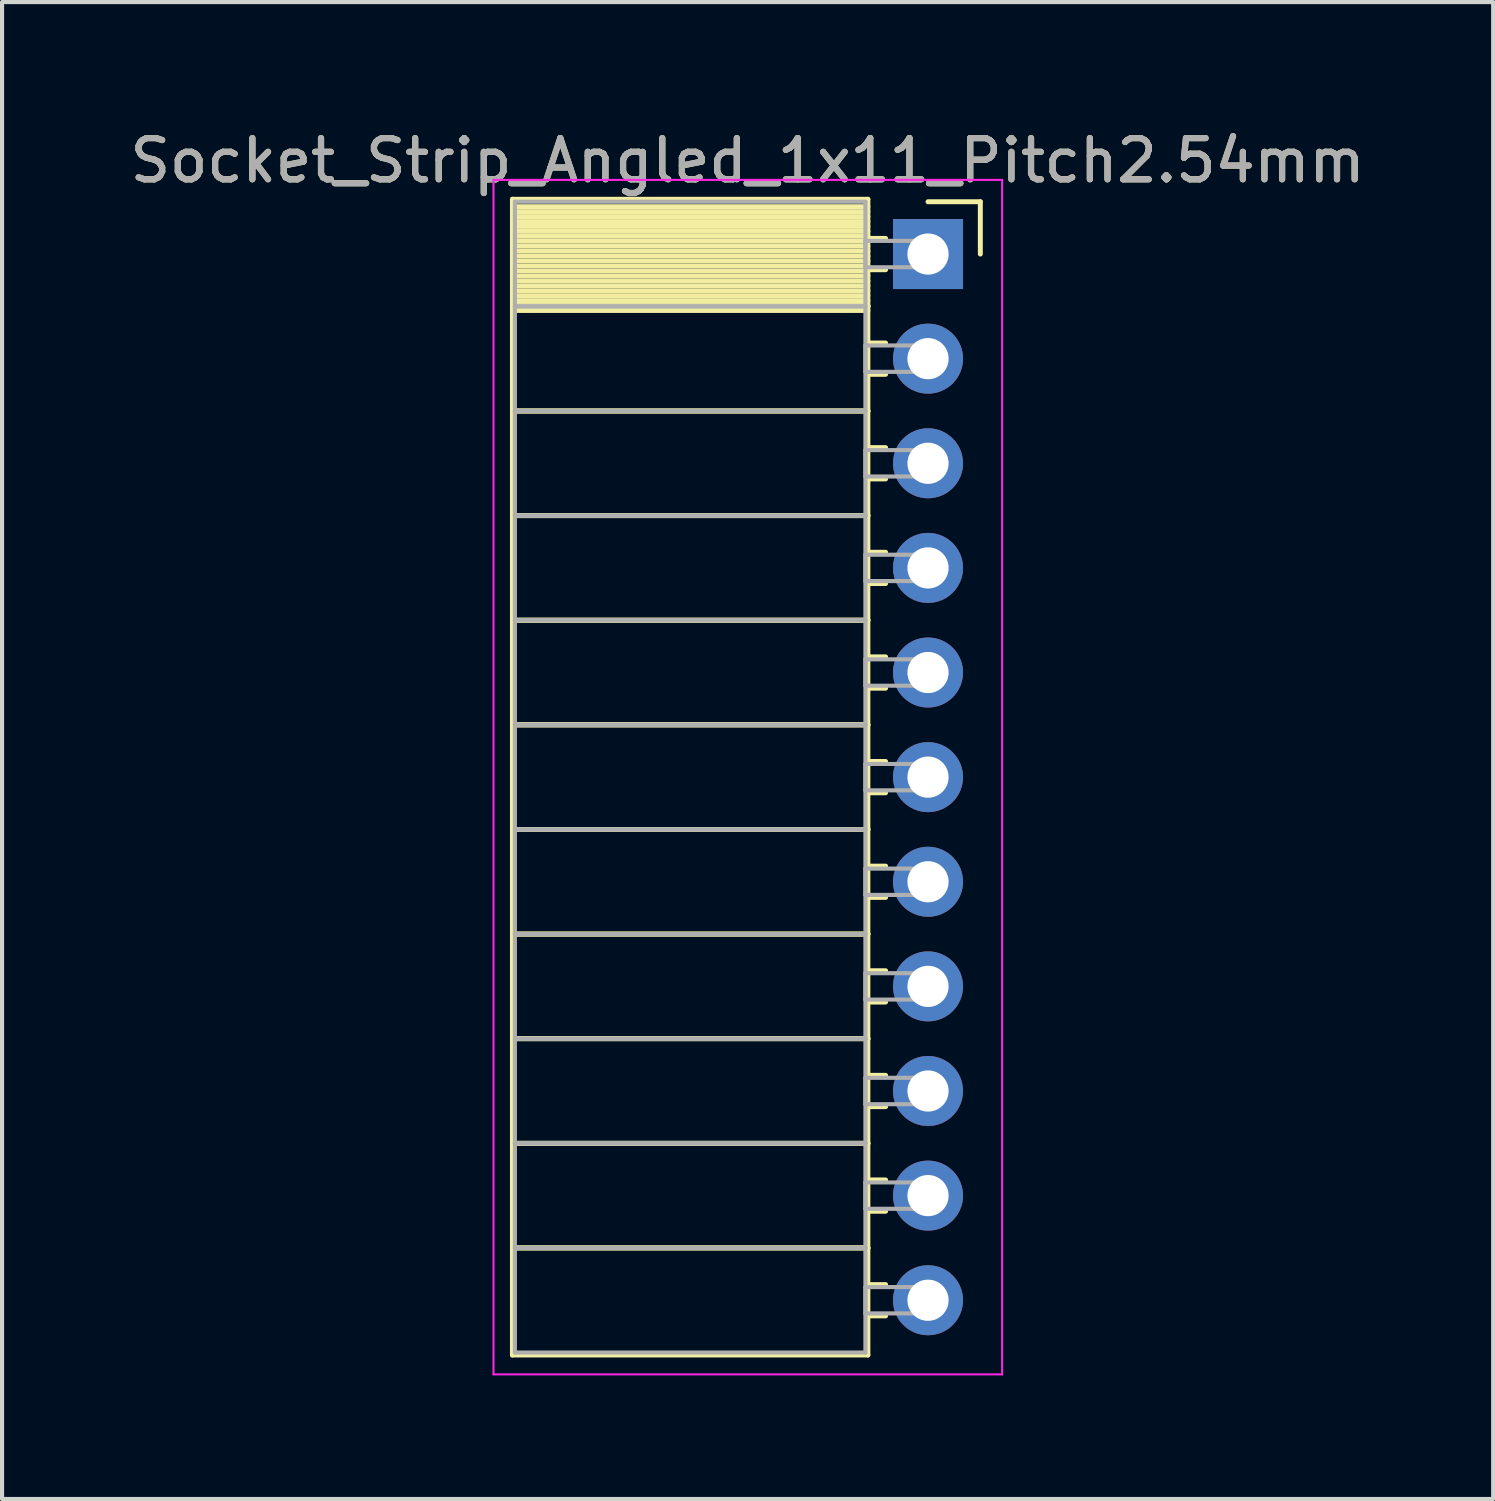
<source format=kicad_pcb>
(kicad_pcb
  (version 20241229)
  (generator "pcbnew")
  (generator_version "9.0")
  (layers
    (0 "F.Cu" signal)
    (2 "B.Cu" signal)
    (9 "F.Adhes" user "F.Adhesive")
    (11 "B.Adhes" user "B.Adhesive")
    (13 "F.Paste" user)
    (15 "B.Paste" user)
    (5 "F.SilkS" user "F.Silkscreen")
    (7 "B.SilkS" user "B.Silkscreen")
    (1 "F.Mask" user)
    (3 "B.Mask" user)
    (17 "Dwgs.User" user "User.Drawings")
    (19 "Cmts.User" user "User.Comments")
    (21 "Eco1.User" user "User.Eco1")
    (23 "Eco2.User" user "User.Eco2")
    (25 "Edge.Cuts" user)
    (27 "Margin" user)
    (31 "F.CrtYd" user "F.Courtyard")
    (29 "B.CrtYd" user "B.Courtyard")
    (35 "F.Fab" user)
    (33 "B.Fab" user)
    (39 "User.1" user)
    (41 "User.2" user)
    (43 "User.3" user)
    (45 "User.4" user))
  (footprint "Socket_Strip_Angled_1x11_Pitch2.54mm"
    (layer "F.Cu")
    (at 19.481 3.118)
    (property "Reference" "Socket_Strip_Angled_1x11_Pitch2.54mm" (at -4.38 -2.27 0) (layer "F.SilkS") (effects (font (size 1 1) (thickness 0.15))))
    (attr through_hole)
    (fp_line (start -10.09 -1.33) (end -1.46 -1.33) (stroke (width 0.12) (type solid)) (layer "F.SilkS"))
    (fp_line (start -10.09 1.27) (end -10.09 -1.33) (stroke (width 0.12) (type solid)) (layer "F.SilkS"))
    (fp_line (start -10.09 1.27) (end -1.46 1.27) (stroke (width 0.12) (type solid)) (layer "F.SilkS"))
    (fp_line (start -10.09 3.81) (end -10.09 1.27) (stroke (width 0.12) (type solid)) (layer "F.SilkS"))
    (fp_line (start -10.09 3.81) (end -1.46 3.81) (stroke (width 0.12) (type solid)) (layer "F.SilkS"))
    (fp_line (start -10.09 6.35) (end -10.09 3.81) (stroke (width 0.12) (type solid)) (layer "F.SilkS"))
    (fp_line (start -10.09 6.35) (end -1.46 6.35) (stroke (width 0.12) (type solid)) (layer "F.SilkS"))
    (fp_line (start -10.09 8.89) (end -10.09 6.35) (stroke (width 0.12) (type solid)) (layer "F.SilkS"))
    (fp_line (start -10.09 8.89) (end -1.46 8.89) (stroke (width 0.12) (type solid)) (layer "F.SilkS"))
    (fp_line (start -10.09 11.43) (end -10.09 8.89) (stroke (width 0.12) (type solid)) (layer "F.SilkS"))
    (fp_line (start -10.09 11.43) (end -1.46 11.43) (stroke (width 0.12) (type solid)) (layer "F.SilkS"))
    (fp_line (start -10.09 13.97) (end -10.09 11.43) (stroke (width 0.12) (type solid)) (layer "F.SilkS"))
    (fp_line (start -10.09 13.97) (end -1.46 13.97) (stroke (width 0.12) (type solid)) (layer "F.SilkS"))
    (fp_line (start -10.09 16.51) (end -10.09 13.97) (stroke (width 0.12) (type solid)) (layer "F.SilkS"))
    (fp_line (start -10.09 16.51) (end -1.46 16.51) (stroke (width 0.12) (type solid)) (layer "F.SilkS"))
    (fp_line (start -10.09 19.05) (end -10.09 16.51) (stroke (width 0.12) (type solid)) (layer "F.SilkS"))
    (fp_line (start -10.09 19.05) (end -1.46 19.05) (stroke (width 0.12) (type solid)) (layer "F.SilkS"))
    (fp_line (start -10.09 21.59) (end -10.09 19.05) (stroke (width 0.12) (type solid)) (layer "F.SilkS"))
    (fp_line (start -10.09 21.59) (end -1.46 21.59) (stroke (width 0.12) (type solid)) (layer "F.SilkS"))
    (fp_line (start -10.09 24.13) (end -10.09 21.59) (stroke (width 0.12) (type solid)) (layer "F.SilkS"))
    (fp_line (start -10.09 24.13) (end -1.46 24.13) (stroke (width 0.12) (type solid)) (layer "F.SilkS"))
    (fp_line (start -10.09 26.73) (end -10.09 24.13) (stroke (width 0.12) (type solid)) (layer "F.SilkS"))
    (fp_line (start -1.46 -1.33) (end -1.46 1.27) (stroke (width 0.12) (type solid)) (layer "F.SilkS"))
    (fp_line (start -1.46 -1.15) (end -10.09 -1.15) (stroke (width 0.12) (type solid)) (layer "F.SilkS"))
    (fp_line (start -1.46 -1.03) (end -10.09 -1.03) (stroke (width 0.12) (type solid)) (layer "F.SilkS"))
    (fp_line (start -1.46 -0.91) (end -10.09 -0.91) (stroke (width 0.12) (type solid)) (layer "F.SilkS"))
    (fp_line (start -1.46 -0.79) (end -10.09 -0.79) (stroke (width 0.12) (type solid)) (layer "F.SilkS"))
    (fp_line (start -1.46 -0.67) (end -10.09 -0.67) (stroke (width 0.12) (type solid)) (layer "F.SilkS"))
    (fp_line (start -1.46 -0.55) (end -10.09 -0.55) (stroke (width 0.12) (type solid)) (layer "F.SilkS"))
    (fp_line (start -1.46 -0.43) (end -10.09 -0.43) (stroke (width 0.12) (type solid)) (layer "F.SilkS"))
    (fp_line (start -1.46 -0.31) (end -10.09 -0.31) (stroke (width 0.12) (type solid)) (layer "F.SilkS"))
    (fp_line (start -1.46 -0.19) (end -10.09 -0.19) (stroke (width 0.12) (type solid)) (layer "F.SilkS"))
    (fp_line (start -1.46 -0.07) (end -10.09 -0.07) (stroke (width 0.12) (type solid)) (layer "F.SilkS"))
    (fp_line (start -1.46 0.05) (end -10.09 0.05) (stroke (width 0.12) (type solid)) (layer "F.SilkS"))
    (fp_line (start -1.46 0.17) (end -10.09 0.17) (stroke (width 0.12) (type solid)) (layer "F.SilkS"))
    (fp_line (start -1.46 0.29) (end -10.09 0.29) (stroke (width 0.12) (type solid)) (layer "F.SilkS"))
    (fp_line (start -1.46 0.41) (end -10.09 0.41) (stroke (width 0.12) (type solid)) (layer "F.SilkS"))
    (fp_line (start -1.46 0.53) (end -10.09 0.53) (stroke (width 0.12) (type solid)) (layer "F.SilkS"))
    (fp_line (start -1.46 0.65) (end -10.09 0.65) (stroke (width 0.12) (type solid)) (layer "F.SilkS"))
    (fp_line (start -1.46 0.77) (end -10.09 0.77) (stroke (width 0.12) (type solid)) (layer "F.SilkS"))
    (fp_line (start -1.46 0.89) (end -10.09 0.89) (stroke (width 0.12) (type solid)) (layer "F.SilkS"))
    (fp_line (start -1.46 1.01) (end -10.09 1.01) (stroke (width 0.12) (type solid)) (layer "F.SilkS"))
    (fp_line (start -1.46 1.13) (end -10.09 1.13) (stroke (width 0.12) (type solid)) (layer "F.SilkS"))
    (fp_line (start -1.46 1.25) (end -10.09 1.25) (stroke (width 0.12) (type solid)) (layer "F.SilkS"))
    (fp_line (start -1.46 1.27) (end -10.09 1.27) (stroke (width 0.12) (type solid)) (layer "F.SilkS"))
    (fp_line (start -1.46 1.27) (end -1.46 3.81) (stroke (width 0.12) (type solid)) (layer "F.SilkS"))
    (fp_line (start -1.46 1.37) (end -10.09 1.37) (stroke (width 0.12) (type solid)) (layer "F.SilkS"))
    (fp_line (start -1.46 3.81) (end -10.09 3.81) (stroke (width 0.12) (type solid)) (layer "F.SilkS"))
    (fp_line (start -1.46 3.81) (end -1.46 6.35) (stroke (width 0.12) (type solid)) (layer "F.SilkS"))
    (fp_line (start -1.46 6.35) (end -10.09 6.35) (stroke (width 0.12) (type solid)) (layer "F.SilkS"))
    (fp_line (start -1.46 6.35) (end -1.46 8.89) (stroke (width 0.12) (type solid)) (layer "F.SilkS"))
    (fp_line (start -1.46 8.89) (end -10.09 8.89) (stroke (width 0.12) (type solid)) (layer "F.SilkS"))
    (fp_line (start -1.46 8.89) (end -1.46 11.43) (stroke (width 0.12) (type solid)) (layer "F.SilkS"))
    (fp_line (start -1.46 11.43) (end -10.09 11.43) (stroke (width 0.12) (type solid)) (layer "F.SilkS"))
    (fp_line (start -1.46 11.43) (end -1.46 13.97) (stroke (width 0.12) (type solid)) (layer "F.SilkS"))
    (fp_line (start -1.46 13.97) (end -10.09 13.97) (stroke (width 0.12) (type solid)) (layer "F.SilkS"))
    (fp_line (start -1.46 13.97) (end -1.46 16.51) (stroke (width 0.12) (type solid)) (layer "F.SilkS"))
    (fp_line (start -1.46 16.51) (end -10.09 16.51) (stroke (width 0.12) (type solid)) (layer "F.SilkS"))
    (fp_line (start -1.46 16.51) (end -1.46 19.05) (stroke (width 0.12) (type solid)) (layer "F.SilkS"))
    (fp_line (start -1.46 19.05) (end -10.09 19.05) (stroke (width 0.12) (type solid)) (layer "F.SilkS"))
    (fp_line (start -1.46 19.05) (end -1.46 21.59) (stroke (width 0.12) (type solid)) (layer "F.SilkS"))
    (fp_line (start -1.46 21.59) (end -10.09 21.59) (stroke (width 0.12) (type solid)) (layer "F.SilkS"))
    (fp_line (start -1.46 21.59) (end -1.46 24.13) (stroke (width 0.12) (type solid)) (layer "F.SilkS"))
    (fp_line (start -1.46 24.13) (end -10.09 24.13) (stroke (width 0.12) (type solid)) (layer "F.SilkS"))
    (fp_line (start -1.46 24.13) (end -1.46 26.73) (stroke (width 0.12) (type solid)) (layer "F.SilkS"))
    (fp_line (start -1.46 26.73) (end -10.09 26.73) (stroke (width 0.12) (type solid)) (layer "F.SilkS"))
    (fp_line (start -1.03 -0.38) (end -1.46 -0.38) (stroke (width 0.12) (type solid)) (layer "F.SilkS"))
    (fp_line (start -1.03 0.38) (end -1.46 0.38) (stroke (width 0.12) (type solid)) (layer "F.SilkS"))
    (fp_line (start -1.03 2.16) (end -1.46 2.16) (stroke (width 0.12) (type solid)) (layer "F.SilkS"))
    (fp_line (start -1.03 2.92) (end -1.46 2.92) (stroke (width 0.12) (type solid)) (layer "F.SilkS"))
    (fp_line (start -1.03 4.7) (end -1.46 4.7) (stroke (width 0.12) (type solid)) (layer "F.SilkS"))
    (fp_line (start -1.03 5.46) (end -1.46 5.46) (stroke (width 0.12) (type solid)) (layer "F.SilkS"))
    (fp_line (start -1.03 7.24) (end -1.46 7.24) (stroke (width 0.12) (type solid)) (layer "F.SilkS"))
    (fp_line (start -1.03 8) (end -1.46 8) (stroke (width 0.12) (type solid)) (layer "F.SilkS"))
    (fp_line (start -1.03 9.78) (end -1.46 9.78) (stroke (width 0.12) (type solid)) (layer "F.SilkS"))
    (fp_line (start -1.03 10.54) (end -1.46 10.54) (stroke (width 0.12) (type solid)) (layer "F.SilkS"))
    (fp_line (start -1.03 12.32) (end -1.46 12.32) (stroke (width 0.12) (type solid)) (layer "F.SilkS"))
    (fp_line (start -1.03 13.08) (end -1.46 13.08) (stroke (width 0.12) (type solid)) (layer "F.SilkS"))
    (fp_line (start -1.03 14.86) (end -1.46 14.86) (stroke (width 0.12) (type solid)) (layer "F.SilkS"))
    (fp_line (start -1.03 15.62) (end -1.46 15.62) (stroke (width 0.12) (type solid)) (layer "F.SilkS"))
    (fp_line (start -1.03 17.4) (end -1.46 17.4) (stroke (width 0.12) (type solid)) (layer "F.SilkS"))
    (fp_line (start -1.03 18.16) (end -1.46 18.16) (stroke (width 0.12) (type solid)) (layer "F.SilkS"))
    (fp_line (start -1.03 19.94) (end -1.46 19.94) (stroke (width 0.12) (type solid)) (layer "F.SilkS"))
    (fp_line (start -1.03 20.7) (end -1.46 20.7) (stroke (width 0.12) (type solid)) (layer "F.SilkS"))
    (fp_line (start -1.03 22.48) (end -1.46 22.48) (stroke (width 0.12) (type solid)) (layer "F.SilkS"))
    (fp_line (start -1.03 23.24) (end -1.46 23.24) (stroke (width 0.12) (type solid)) (layer "F.SilkS"))
    (fp_line (start -1.03 25.02) (end -1.46 25.02) (stroke (width 0.12) (type solid)) (layer "F.SilkS"))
    (fp_line (start -1.03 25.78) (end -1.46 25.78) (stroke (width 0.12) (type solid)) (layer "F.SilkS"))
    (fp_line (start 0 -1.27) (end 1.27 -1.27) (stroke (width 0.12) (type solid)) (layer "F.SilkS"))
    (fp_line (start 1.27 -1.27) (end 1.27 0) (stroke (width 0.12) (type solid)) (layer "F.SilkS"))
    (fp_line (start -10.55 -1.8) (end 1.8 -1.8) (stroke (width 0.05) (type solid)) (layer "F.CrtYd"))
    (fp_line (start -10.55 27.2) (end -10.55 -1.8) (stroke (width 0.05) (type solid)) (layer "F.CrtYd"))
    (fp_line (start 1.8 -1.8) (end 1.8 27.2) (stroke (width 0.05) (type solid)) (layer "F.CrtYd"))
    (fp_line (start 1.8 27.2) (end -10.55 27.2) (stroke (width 0.05) (type solid)) (layer "F.CrtYd"))
    (fp_line (start -10.03 -1.27) (end -1.52 -1.27) (stroke (width 0.1) (type solid)) (layer "F.Fab"))
    (fp_line (start -10.03 1.27) (end -10.03 -1.27) (stroke (width 0.1) (type solid)) (layer "F.Fab"))
    (fp_line (start -10.03 1.27) (end -1.52 1.27) (stroke (width 0.1) (type solid)) (layer "F.Fab"))
    (fp_line (start -10.03 3.81) (end -10.03 1.27) (stroke (width 0.1) (type solid)) (layer "F.Fab"))
    (fp_line (start -10.03 3.81) (end -1.52 3.81) (stroke (width 0.1) (type solid)) (layer "F.Fab"))
    (fp_line (start -10.03 6.35) (end -10.03 3.81) (stroke (width 0.1) (type solid)) (layer "F.Fab"))
    (fp_line (start -10.03 6.35) (end -1.52 6.35) (stroke (width 0.1) (type solid)) (layer "F.Fab"))
    (fp_line (start -10.03 8.89) (end -10.03 6.35) (stroke (width 0.1) (type solid)) (layer "F.Fab"))
    (fp_line (start -10.03 8.89) (end -1.52 8.89) (stroke (width 0.1) (type solid)) (layer "F.Fab"))
    (fp_line (start -10.03 11.43) (end -10.03 8.89) (stroke (width 0.1) (type solid)) (layer "F.Fab"))
    (fp_line (start -10.03 11.43) (end -1.52 11.43) (stroke (width 0.1) (type solid)) (layer "F.Fab"))
    (fp_line (start -10.03 13.97) (end -10.03 11.43) (stroke (width 0.1) (type solid)) (layer "F.Fab"))
    (fp_line (start -10.03 13.97) (end -1.52 13.97) (stroke (width 0.1) (type solid)) (layer "F.Fab"))
    (fp_line (start -10.03 16.51) (end -10.03 13.97) (stroke (width 0.1) (type solid)) (layer "F.Fab"))
    (fp_line (start -10.03 16.51) (end -1.52 16.51) (stroke (width 0.1) (type solid)) (layer "F.Fab"))
    (fp_line (start -10.03 19.05) (end -10.03 16.51) (stroke (width 0.1) (type solid)) (layer "F.Fab"))
    (fp_line (start -10.03 19.05) (end -1.52 19.05) (stroke (width 0.1) (type solid)) (layer "F.Fab"))
    (fp_line (start -10.03 21.59) (end -10.03 19.05) (stroke (width 0.1) (type solid)) (layer "F.Fab"))
    (fp_line (start -10.03 21.59) (end -1.52 21.59) (stroke (width 0.1) (type solid)) (layer "F.Fab"))
    (fp_line (start -10.03 24.13) (end -10.03 21.59) (stroke (width 0.1) (type solid)) (layer "F.Fab"))
    (fp_line (start -10.03 24.13) (end -1.52 24.13) (stroke (width 0.1) (type solid)) (layer "F.Fab"))
    (fp_line (start -10.03 26.67) (end -10.03 24.13) (stroke (width 0.1) (type solid)) (layer "F.Fab"))
    (fp_line (start -1.52 -1.27) (end -1.52 1.27) (stroke (width 0.1) (type solid)) (layer "F.Fab"))
    (fp_line (start -1.52 -0.32) (end 0 -0.32) (stroke (width 0.1) (type solid)) (layer "F.Fab"))
    (fp_line (start -1.52 0.32) (end -1.52 -0.32) (stroke (width 0.1) (type solid)) (layer "F.Fab"))
    (fp_line (start -1.52 1.27) (end -10.03 1.27) (stroke (width 0.1) (type solid)) (layer "F.Fab"))
    (fp_line (start -1.52 1.27) (end -1.52 3.81) (stroke (width 0.1) (type solid)) (layer "F.Fab"))
    (fp_line (start -1.52 2.22) (end 0 2.22) (stroke (width 0.1) (type solid)) (layer "F.Fab"))
    (fp_line (start -1.52 2.86) (end -1.52 2.22) (stroke (width 0.1) (type solid)) (layer "F.Fab"))
    (fp_line (start -1.52 3.81) (end -10.03 3.81) (stroke (width 0.1) (type solid)) (layer "F.Fab"))
    (fp_line (start -1.52 3.81) (end -1.52 6.35) (stroke (width 0.1) (type solid)) (layer "F.Fab"))
    (fp_line (start -1.52 4.76) (end 0 4.76) (stroke (width 0.1) (type solid)) (layer "F.Fab"))
    (fp_line (start -1.52 5.4) (end -1.52 4.76) (stroke (width 0.1) (type solid)) (layer "F.Fab"))
    (fp_line (start -1.52 6.35) (end -10.03 6.35) (stroke (width 0.1) (type solid)) (layer "F.Fab"))
    (fp_line (start -1.52 6.35) (end -1.52 8.89) (stroke (width 0.1) (type solid)) (layer "F.Fab"))
    (fp_line (start -1.52 7.3) (end 0 7.3) (stroke (width 0.1) (type solid)) (layer "F.Fab"))
    (fp_line (start -1.52 7.94) (end -1.52 7.3) (stroke (width 0.1) (type solid)) (layer "F.Fab"))
    (fp_line (start -1.52 8.89) (end -10.03 8.89) (stroke (width 0.1) (type solid)) (layer "F.Fab"))
    (fp_line (start -1.52 8.89) (end -1.52 11.43) (stroke (width 0.1) (type solid)) (layer "F.Fab"))
    (fp_line (start -1.52 9.84) (end 0 9.84) (stroke (width 0.1) (type solid)) (layer "F.Fab"))
    (fp_line (start -1.52 10.48) (end -1.52 9.84) (stroke (width 0.1) (type solid)) (layer "F.Fab"))
    (fp_line (start -1.52 11.43) (end -10.03 11.43) (stroke (width 0.1) (type solid)) (layer "F.Fab"))
    (fp_line (start -1.52 11.43) (end -1.52 13.97) (stroke (width 0.1) (type solid)) (layer "F.Fab"))
    (fp_line (start -1.52 12.38) (end 0 12.38) (stroke (width 0.1) (type solid)) (layer "F.Fab"))
    (fp_line (start -1.52 13.02) (end -1.52 12.38) (stroke (width 0.1) (type solid)) (layer "F.Fab"))
    (fp_line (start -1.52 13.97) (end -10.03 13.97) (stroke (width 0.1) (type solid)) (layer "F.Fab"))
    (fp_line (start -1.52 13.97) (end -1.52 16.51) (stroke (width 0.1) (type solid)) (layer "F.Fab"))
    (fp_line (start -1.52 14.92) (end 0 14.92) (stroke (width 0.1) (type solid)) (layer "F.Fab"))
    (fp_line (start -1.52 15.56) (end -1.52 14.92) (stroke (width 0.1) (type solid)) (layer "F.Fab"))
    (fp_line (start -1.52 16.51) (end -10.03 16.51) (stroke (width 0.1) (type solid)) (layer "F.Fab"))
    (fp_line (start -1.52 16.51) (end -1.52 19.05) (stroke (width 0.1) (type solid)) (layer "F.Fab"))
    (fp_line (start -1.52 17.46) (end 0 17.46) (stroke (width 0.1) (type solid)) (layer "F.Fab"))
    (fp_line (start -1.52 18.1) (end -1.52 17.46) (stroke (width 0.1) (type solid)) (layer "F.Fab"))
    (fp_line (start -1.52 19.05) (end -10.03 19.05) (stroke (width 0.1) (type solid)) (layer "F.Fab"))
    (fp_line (start -1.52 19.05) (end -1.52 21.59) (stroke (width 0.1) (type solid)) (layer "F.Fab"))
    (fp_line (start -1.52 20) (end 0 20) (stroke (width 0.1) (type solid)) (layer "F.Fab"))
    (fp_line (start -1.52 20.64) (end -1.52 20) (stroke (width 0.1) (type solid)) (layer "F.Fab"))
    (fp_line (start -1.52 21.59) (end -10.03 21.59) (stroke (width 0.1) (type solid)) (layer "F.Fab"))
    (fp_line (start -1.52 21.59) (end -1.52 24.13) (stroke (width 0.1) (type solid)) (layer "F.Fab"))
    (fp_line (start -1.52 22.54) (end 0 22.54) (stroke (width 0.1) (type solid)) (layer "F.Fab"))
    (fp_line (start -1.52 23.18) (end -1.52 22.54) (stroke (width 0.1) (type solid)) (layer "F.Fab"))
    (fp_line (start -1.52 24.13) (end -10.03 24.13) (stroke (width 0.1) (type solid)) (layer "F.Fab"))
    (fp_line (start -1.52 24.13) (end -1.52 26.67) (stroke (width 0.1) (type solid)) (layer "F.Fab"))
    (fp_line (start -1.52 25.08) (end 0 25.08) (stroke (width 0.1) (type solid)) (layer "F.Fab"))
    (fp_line (start -1.52 25.72) (end -1.52 25.08) (stroke (width 0.1) (type solid)) (layer "F.Fab"))
    (fp_line (start -1.52 26.67) (end -10.03 26.67) (stroke (width 0.1) (type solid)) (layer "F.Fab"))
    (fp_line (start 0 -0.32) (end 0 0.32) (stroke (width 0.1) (type solid)) (layer "F.Fab"))
    (fp_line (start 0 0.32) (end -1.52 0.32) (stroke (width 0.1) (type solid)) (layer "F.Fab"))
    (fp_line (start 0 2.22) (end 0 2.86) (stroke (width 0.1) (type solid)) (layer "F.Fab"))
    (fp_line (start 0 2.86) (end -1.52 2.86) (stroke (width 0.1) (type solid)) (layer "F.Fab"))
    (fp_line (start 0 4.76) (end 0 5.4) (stroke (width 0.1) (type solid)) (layer "F.Fab"))
    (fp_line (start 0 5.4) (end -1.52 5.4) (stroke (width 0.1) (type solid)) (layer "F.Fab"))
    (fp_line (start 0 7.3) (end 0 7.94) (stroke (width 0.1) (type solid)) (layer "F.Fab"))
    (fp_line (start 0 7.94) (end -1.52 7.94) (stroke (width 0.1) (type solid)) (layer "F.Fab"))
    (fp_line (start 0 9.84) (end 0 10.48) (stroke (width 0.1) (type solid)) (layer "F.Fab"))
    (fp_line (start 0 10.48) (end -1.52 10.48) (stroke (width 0.1) (type solid)) (layer "F.Fab"))
    (fp_line (start 0 12.38) (end 0 13.02) (stroke (width 0.1) (type solid)) (layer "F.Fab"))
    (fp_line (start 0 13.02) (end -1.52 13.02) (stroke (width 0.1) (type solid)) (layer "F.Fab"))
    (fp_line (start 0 14.92) (end 0 15.56) (stroke (width 0.1) (type solid)) (layer "F.Fab"))
    (fp_line (start 0 15.56) (end -1.52 15.56) (stroke (width 0.1) (type solid)) (layer "F.Fab"))
    (fp_line (start 0 17.46) (end 0 18.1) (stroke (width 0.1) (type solid)) (layer "F.Fab"))
    (fp_line (start 0 18.1) (end -1.52 18.1) (stroke (width 0.1) (type solid)) (layer "F.Fab"))
    (fp_line (start 0 20) (end 0 20.64) (stroke (width 0.1) (type solid)) (layer "F.Fab"))
    (fp_line (start 0 20.64) (end -1.52 20.64) (stroke (width 0.1) (type solid)) (layer "F.Fab"))
    (fp_line (start 0 22.54) (end 0 23.18) (stroke (width 0.1) (type solid)) (layer "F.Fab"))
    (fp_line (start 0 23.18) (end -1.52 23.18) (stroke (width 0.1) (type solid)) (layer "F.Fab"))
    (fp_line (start 0 25.08) (end 0 25.72) (stroke (width 0.1) (type solid)) (layer "F.Fab"))
    (fp_line (start 0 25.72) (end -1.52 25.72) (stroke (width 0.1) (type solid)) (layer "F.Fab"))
    (fp_text user "${REFERENCE}" (at -4.38 -2.27 0) (layer "F.Fab") (effects (font (size 1 1) (thickness 0.15))))
    (pad "1" thru_hole rect (at 0 0) (size 1.7 1.7) (drill 1) (layers "*.Cu" "*.Mask"))
    (pad "2" thru_hole oval (at 0 2.54) (size 1.7 1.7) (drill 1) (layers "*.Cu" "*.Mask"))
    (pad "3" thru_hole oval (at 0 5.08) (size 1.7 1.7) (drill 1) (layers "*.Cu" "*.Mask"))
    (pad "4" thru_hole oval (at 0 7.62) (size 1.7 1.7) (drill 1) (layers "*.Cu" "*.Mask"))
    (pad "5" thru_hole oval (at 0 10.16) (size 1.7 1.7) (drill 1) (layers "*.Cu" "*.Mask"))
    (pad "6" thru_hole oval (at 0 12.7) (size 1.7 1.7) (drill 1) (layers "*.Cu" "*.Mask"))
    (pad "7" thru_hole oval (at 0 15.24) (size 1.7 1.7) (drill 1) (layers "*.Cu" "*.Mask"))
    (pad "8" thru_hole oval (at 0 17.78) (size 1.7 1.7) (drill 1) (layers "*.Cu" "*.Mask"))
    (pad "9" thru_hole oval (at 0 20.32) (size 1.7 1.7) (drill 1) (layers "*.Cu" "*.Mask"))
    (pad "10" thru_hole oval (at 0 22.86) (size 1.7 1.7) (drill 1) (layers "*.Cu" "*.Mask"))
    (pad "11" thru_hole oval (at 0 25.4) (size 1.7 1.7) (drill 1) (layers "*.Cu" "*.Mask")))
  (gr_rect
    (start -3 -3)
    (end 33.202 33.343)
    (stroke (width 0.1) (type default))
    (fill no)
    (layer "Edge.Cuts")))
</source>
